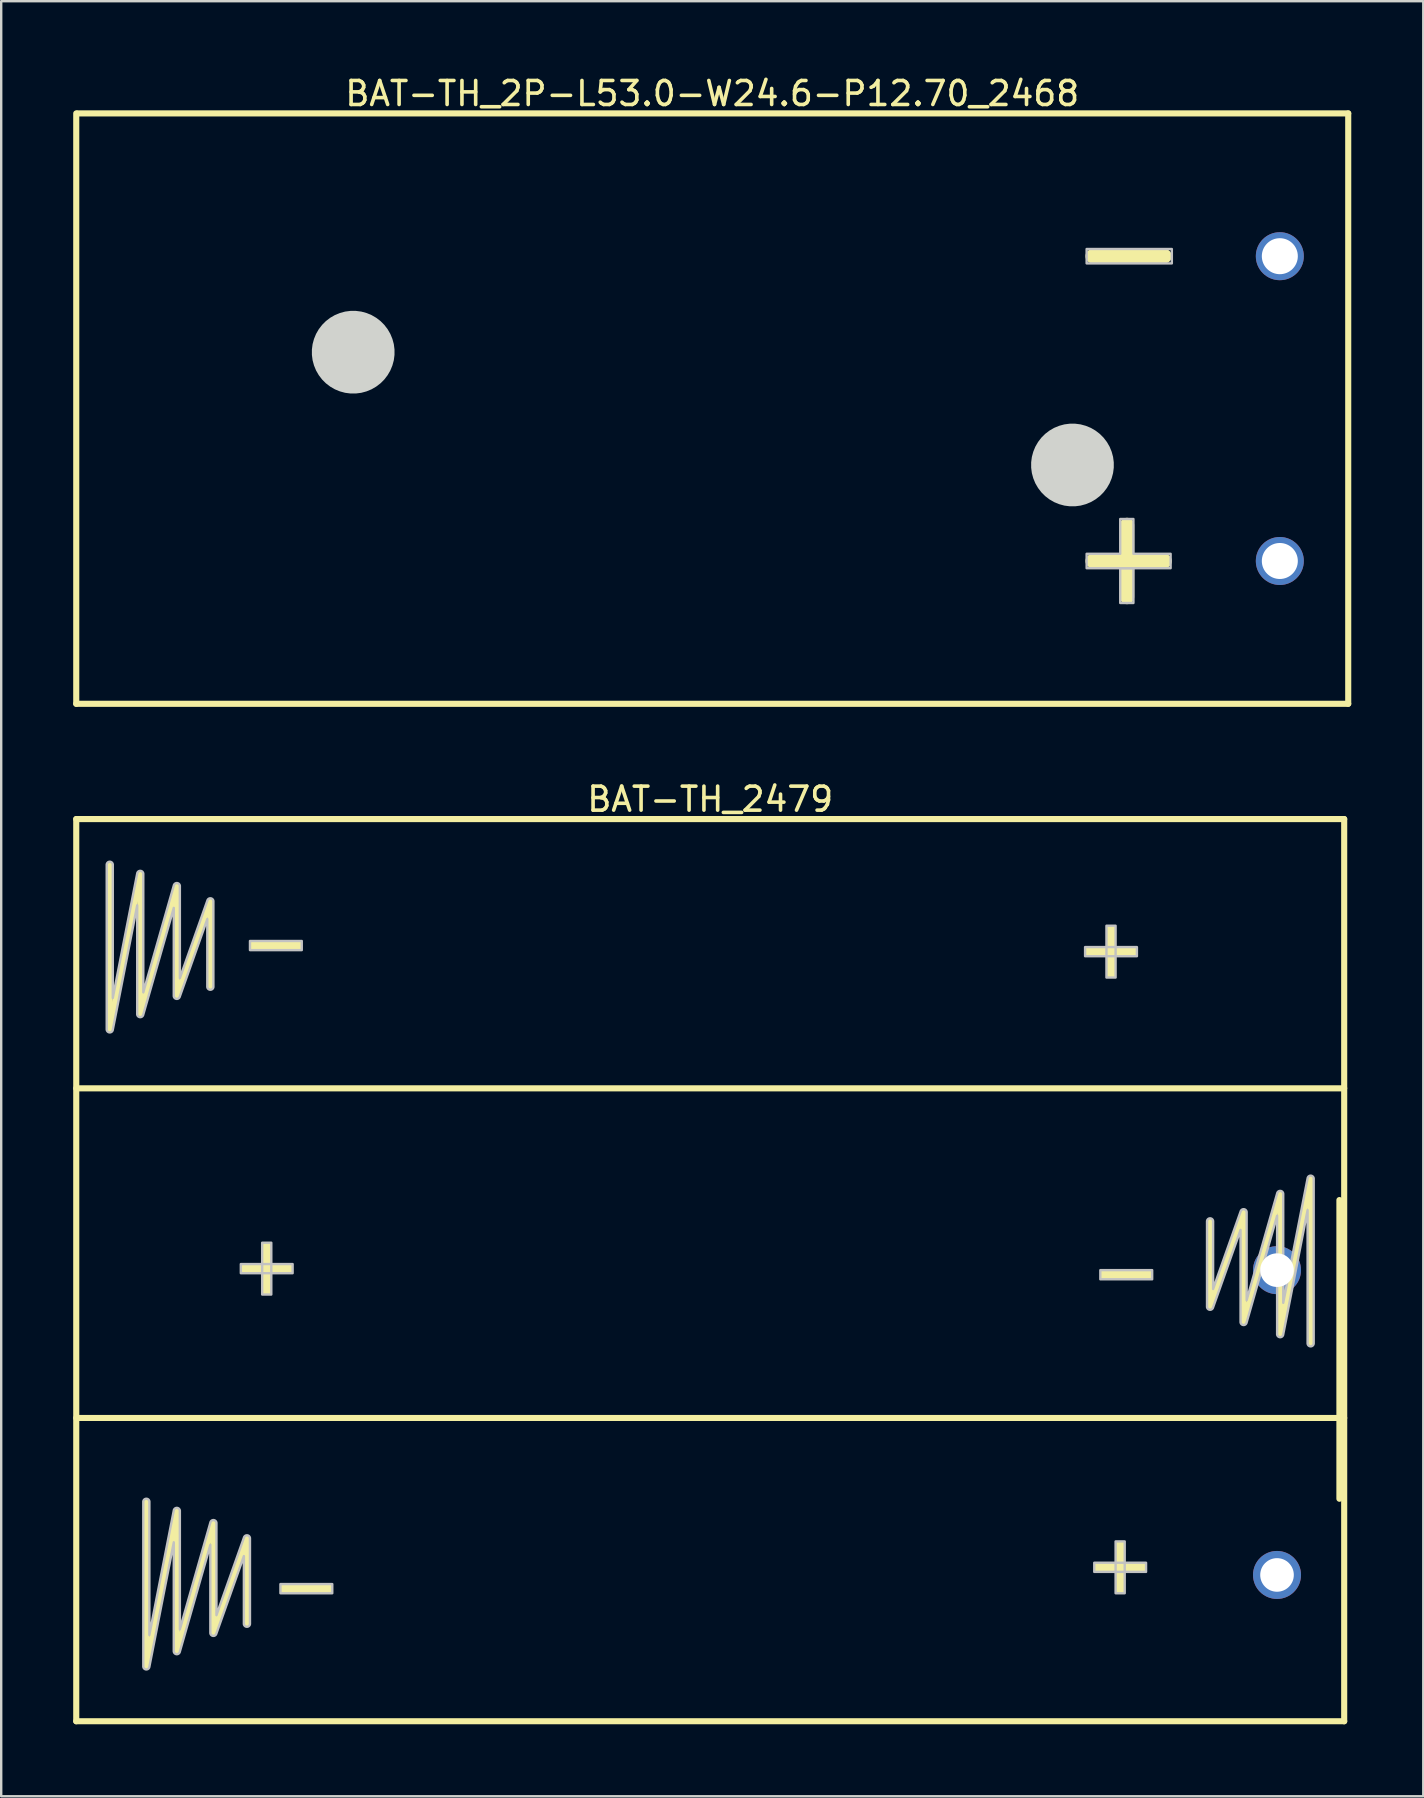
<source format=kicad_pcb>
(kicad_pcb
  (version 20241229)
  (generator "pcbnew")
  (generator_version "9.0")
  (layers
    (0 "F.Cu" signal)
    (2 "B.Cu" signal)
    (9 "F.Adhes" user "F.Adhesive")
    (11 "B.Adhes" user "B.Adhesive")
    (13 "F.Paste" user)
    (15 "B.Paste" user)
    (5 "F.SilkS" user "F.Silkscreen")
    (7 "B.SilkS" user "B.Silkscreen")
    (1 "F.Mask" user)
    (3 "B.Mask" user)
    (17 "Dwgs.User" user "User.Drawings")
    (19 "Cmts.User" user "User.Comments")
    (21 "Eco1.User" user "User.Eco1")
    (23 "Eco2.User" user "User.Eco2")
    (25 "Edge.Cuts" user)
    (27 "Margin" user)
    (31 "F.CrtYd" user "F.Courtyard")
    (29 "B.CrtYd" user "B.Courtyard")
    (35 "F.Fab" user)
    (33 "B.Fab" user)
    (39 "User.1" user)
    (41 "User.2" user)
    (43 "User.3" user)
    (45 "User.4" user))
  (footprint "BAT-TH_2479"
    (layer "F.Cu")
    (at 50.16 56.224)
    (property "Reference" "BAT-TH_2479" (at -23.617 -25.973 0) (layer "F.SilkS") (effects (font (size 1 1) (thickness 0.15))))
    (fp_line (start -50.033 -25.146) (end -50.033 12.446) (stroke (width 0.254) (type default)) (layer "F.SilkS"))
    (fp_line (start -50.033 -13.926) (end 2.799 -13.926) (stroke (width 0.254) (type default)) (layer "F.SilkS"))
    (fp_line (start -50.033 -0.191) (end 2.799 -0.191) (stroke (width 0.254) (type default)) (layer "F.SilkS"))
    (fp_line (start -50.033 12.446) (end 2.799 12.446) (stroke (width 0.254) (type default)) (layer "F.SilkS"))
    (fp_line (start -48.636 -23.241) (end -48.636 -16.383) (stroke (width 0.254) (type default)) (layer "F.SilkS"))
    (fp_line (start -48.636 -16.383) (end -47.367 -22.86) (stroke (width 0.254) (type default)) (layer "F.SilkS"))
    (fp_line (start -47.367 -22.86) (end -47.367 -17.018) (stroke (width 0.254) (type default)) (layer "F.SilkS"))
    (fp_line (start -47.367 -17.018) (end -45.843 -22.352) (stroke (width 0.254) (type default)) (layer "F.SilkS"))
    (fp_line (start -47.112 3.302) (end -47.112 10.16) (stroke (width 0.254) (type default)) (layer "F.SilkS"))
    (fp_line (start -47.112 10.16) (end -45.843 3.683) (stroke (width 0.254) (type default)) (layer "F.SilkS"))
    (fp_line (start -45.843 -22.352) (end -45.843 -17.78) (stroke (width 0.254) (type default)) (layer "F.SilkS"))
    (fp_line (start -45.843 -17.78) (end -44.446 -21.717) (stroke (width 0.254) (type default)) (layer "F.SilkS"))
    (fp_line (start -45.843 3.683) (end -45.843 9.525) (stroke (width 0.254) (type default)) (layer "F.SilkS"))
    (fp_line (start -45.843 9.525) (end -44.319 4.191) (stroke (width 0.254) (type default)) (layer "F.SilkS"))
    (fp_line (start -44.446 -21.717) (end -44.446 -18.161) (stroke (width 0.254) (type default)) (layer "F.SilkS"))
    (fp_line (start -44.319 4.191) (end -44.319 8.763) (stroke (width 0.254) (type default)) (layer "F.SilkS"))
    (fp_line (start -44.319 8.763) (end -42.922 4.826) (stroke (width 0.254) (type default)) (layer "F.SilkS"))
    (fp_line (start -42.922 4.826) (end -42.922 8.382) (stroke (width 0.254) (type default)) (layer "F.SilkS"))
    (fp_line (start -2.789 -4.826) (end -2.789 -8.382) (stroke (width 0.254) (type default)) (layer "F.SilkS"))
    (fp_line (start -1.393 -8.763) (end -2.789 -4.826) (stroke (width 0.254) (type default)) (layer "F.SilkS"))
    (fp_line (start -1.393 -4.191) (end -1.393 -8.763) (stroke (width 0.254) (type default)) (layer "F.SilkS"))
    (fp_line (start 0.132 -9.525) (end -1.393 -4.191) (stroke (width 0.254) (type default)) (layer "F.SilkS"))
    (fp_line (start 0.132 -3.683) (end 0.132 -9.525) (stroke (width 0.254) (type default)) (layer "F.SilkS"))
    (fp_line (start 1.401 -10.16) (end 0.132 -3.683) (stroke (width 0.254) (type default)) (layer "F.SilkS"))
    (fp_line (start 1.401 -3.302) (end 1.401 -10.16) (stroke (width 0.254) (type default)) (layer "F.SilkS"))
    (fp_line (start 2.6 -9.271) (end 2.6 3.175) (stroke (width 0.254) (type default)) (layer "F.SilkS"))
    (fp_line (start 2.799 -25.146) (end -50.033 -25.146) (stroke (width 0.254) (type default)) (layer "F.SilkS"))
    (fp_line (start 2.799 12.446) (end 2.799 -25.146) (stroke (width 0.254) (type default)) (layer "F.SilkS"))
    (fp_poly (pts (xy -43.175 -6.604) (xy -43.175 -6.223) (xy -41.017 -6.223) (xy -41.017 -6.604)) (stroke (width 0) (type default)) (fill yes) (layer "F.SilkS"))
    (fp_poly (pts (xy -42.794 -20.066) (xy -42.794 -19.685) (xy -40.636 -19.685) (xy -40.636 -20.066)) (stroke (width 0) (type default)) (fill yes) (layer "F.SilkS"))
    (fp_poly (pts (xy -42.286 -5.334) (xy -41.906 -5.334) (xy -41.906 -7.493) (xy -42.286 -7.493)) (stroke (width 0) (type default)) (fill yes) (layer "F.SilkS"))
    (fp_poly (pts (xy -41.525 6.731) (xy -41.525 7.112) (xy -39.365 7.112) (xy -39.365 6.731)) (stroke (width 0) (type default)) (fill yes) (layer "F.SilkS"))
    (fp_poly (pts (xy -7.997 -19.812) (xy -7.997 -19.431) (xy -5.838 -19.431) (xy -5.838 -19.812)) (stroke (width 0) (type default)) (fill yes) (layer "F.SilkS"))
    (fp_poly (pts (xy -7.615 5.842) (xy -7.615 6.223) (xy -5.457 6.223) (xy -5.457 5.842)) (stroke (width 0) (type default)) (fill yes) (layer "F.SilkS"))
    (fp_poly (pts (xy -7.362 -6.35) (xy -7.362 -5.969) (xy -5.202 -5.969) (xy -5.202 -6.35)) (stroke (width 0) (type default)) (fill yes) (layer "F.SilkS"))
    (fp_poly (pts (xy -7.107 -18.542) (xy -6.726 -18.542) (xy -6.726 -20.701) (xy -7.107 -20.701)) (stroke (width 0) (type default)) (fill yes) (layer "F.SilkS"))
    (fp_poly (pts (xy -6.726 7.112) (xy -6.346 7.112) (xy -6.346 4.953) (xy -6.726 4.953)) (stroke (width 0) (type default)) (fill yes) (layer "F.SilkS"))
    (fp_poly (pts (xy -43.175 -6.604) (xy -43.175 -6.223) (xy -41.017 -6.223) (xy -41.017 -6.604)) (stroke (width 0.1) (type default)) (fill no) (layer "Dwgs.User"))
    (fp_poly (pts (xy -42.794 -20.066) (xy -42.794 -19.685) (xy -40.636 -19.685) (xy -40.636 -20.066)) (stroke (width 0.1) (type default)) (fill no) (layer "Dwgs.User"))
    (fp_poly (pts (xy -42.286 -5.334) (xy -41.906 -5.334) (xy -41.906 -7.493) (xy -42.286 -7.493)) (stroke (width 0.1) (type default)) (fill no) (layer "Dwgs.User"))
    (fp_poly (pts (xy -41.525 6.731) (xy -41.525 7.112) (xy -39.365 7.112) (xy -39.365 6.731)) (stroke (width 0.1) (type default)) (fill no) (layer "Dwgs.User"))
    (fp_poly (pts (xy -7.997 -19.812) (xy -7.997 -19.431) (xy -5.838 -19.431) (xy -5.838 -19.812)) (stroke (width 0.1) (type default)) (fill no) (layer "Dwgs.User"))
    (fp_poly (pts (xy -7.615 5.842) (xy -7.615 6.223) (xy -5.457 6.223) (xy -5.457 5.842)) (stroke (width 0.1) (type default)) (fill no) (layer "Dwgs.User"))
    (fp_poly (pts (xy -7.362 -6.35) (xy -7.362 -5.969) (xy -5.202 -5.969) (xy -5.202 -6.35)) (stroke (width 0.1) (type default)) (fill no) (layer "Dwgs.User"))
    (fp_poly (pts (xy -7.107 -18.542) (xy -6.726 -18.542) (xy -6.726 -20.701) (xy -7.107 -20.701)) (stroke (width 0.1) (type default)) (fill no) (layer "Dwgs.User"))
    (fp_poly (pts (xy -6.726 7.112) (xy -6.346 7.112) (xy -6.346 4.953) (xy -6.726 4.953)) (stroke (width 0.1) (type default)) (fill no) (layer "Dwgs.User"))
    (fp_poly (pts (arc (start -48.7635 -23.241) (mid -48.6365 -23.368) (end -48.5095 -23.241)) (xy -48.51 -17.691) (arc (start -47.4915 -22.8845) (mid -47.354192 -22.986782) (end -47.2395 -22.86)) (xy -47.239 -17.925) (arc (start -45.965 -22.387) (mid -45.824829 -22.47817) (end -45.7155 -22.352)) (xy -45.715 -18.517) (arc (start -44.5655 -21.7595) (mid -44.423938 -21.842465) (end -44.3185 -21.717)) (arc (start -44.3185 -18.161) (mid -44.4455 -18.034) (end -44.5725 -18.161)) (xy -44.572 -20.98) (arc (start -45.723 -17.7375) (mid -45.864064 -17.655014) (end -45.9695 -17.78)) (xy -45.969 -21.445) (arc (start -47.2445 -16.983) (mid -47.384172 -16.892315) (end -47.4935 -17.018)) (xy -47.493 -21.552) (arc (start -48.512 -16.3585) (mid -48.648808 -16.256711) (end -48.7635 -16.383))) (stroke (width 0.1) (type default)) (fill no) (layer "Dwgs.User"))
    (fp_poly (pts (arc (start -47.2395 3.302) (mid -47.1125 3.175) (end -46.9855 3.302)) (xy -46.986 8.852) (arc (start -45.9675 3.6585) (mid -45.830192 3.556218) (end -45.7155 3.683)) (xy -45.715 8.618) (arc (start -44.441 4.156) (mid -44.300829 4.06483) (end -44.1915 4.191)) (xy -44.191 8.025) (arc (start -43.0415 4.7835) (mid -42.899938 4.700535) (end -42.7945 4.826)) (arc (start -42.7945 8.382) (mid -42.9215 8.509) (end -43.0485 8.382)) (xy -43.048 5.564) (arc (start -44.199 8.8055) (mid -44.340064 8.887986) (end -44.4455 8.763)) (xy -44.446 5.098) (arc (start -45.7205 9.56) (mid -45.860172 9.650685) (end -45.9695 9.525)) (xy -45.969 4.99) (arc (start -46.988 10.1845) (mid -47.124808 10.286289) (end -47.2395 10.16))) (stroke (width 0.1) (type default)) (fill no) (layer "Dwgs.User"))
    (fp_poly (pts (arc (start 1.5285 -3.302) (mid 1.4015 -3.175) (end 1.2745 -3.302)) (xy 1.274 -8.852) (arc (start 0.256 -3.6585) (mid 0.119192 -3.556711) (end 0.0045 -3.683)) (xy 0.004 -8.618) (arc (start -1.2705 -4.156) (mid -1.410172 -4.065315) (end -1.5195 -4.191)) (xy -1.52 -8.025) (arc (start -2.67 -4.7835) (mid -2.811064 -4.701014) (end -2.9165 -4.826)) (arc (start -2.9165 -8.382) (mid -2.7895 -8.509) (end -2.6625 -8.382)) (xy -2.663 -5.564) (arc (start -1.5125 -8.8055) (mid -1.370938 -8.888465) (end -1.2655 -8.763)) (xy -1.266 -5.098) (arc (start 0.009 -9.56) (mid 0.149171 -9.65117) (end 0.2585 -9.525)) (xy 0.259 -4.99) (arc (start 1.2765 -10.1845) (mid 1.413808 -10.286782) (end 1.5285 -10.16))) (stroke (width 0.1) (type default)) (fill no) (layer "Dwgs.User"))
    (fp_poly (pts (xy 0.496 -6.415) (xy 0.462 -6.541) (xy 0.397 -6.654) (xy 0.304 -6.747) (xy 0.191 -6.812) (xy 0.065 -6.846) (xy -0.065 -6.846) (xy -0.191 -6.812) (xy -0.304 -6.747) (xy -0.397 -6.654) (xy -0.462 -6.541) (xy -0.496 -6.415) (xy -0.496 -6.285) (xy -0.462 -6.159) (xy -0.397 -6.046) (xy -0.304 -5.953) (xy -0.191 -5.888) (xy -0.065 -5.854) (xy 0.065 -5.854) (xy 0.191 -5.888) (xy 0.304 -5.953) (xy 0.397 -6.046) (xy 0.462 -6.159) (xy 0.496 -6.285)) (stroke (width 0.1) (type default)) (fill no) (layer "User.1"))
    (fp_poly (pts (xy 0.496 6.285) (xy 0.462 6.159) (xy 0.397 6.046) (xy 0.304 5.953) (xy 0.191 5.888) (xy 0.065 5.854) (xy -0.065 5.854) (xy -0.191 5.888) (xy -0.304 5.953) (xy -0.397 6.046) (xy -0.462 6.159) (xy -0.496 6.285) (xy -0.496 6.415) (xy -0.462 6.541) (xy -0.397 6.654) (xy -0.304 6.747) (xy -0.191 6.812) (xy -0.065 6.846) (xy 0.065 6.846) (xy 0.191 6.812) (xy 0.304 6.747) (xy 0.397 6.654) (xy 0.462 6.541) (xy 0.496 6.415)) (stroke (width 0.1) (type default)) (fill no) (layer "User.1"))
    (fp_line (start -50.1 -25.1) (end 2.6 -25.1) (stroke (width 0.051) (type default)) (layer "User.2"))
    (fp_line (start -50.1 12.4) (end -50.1 -25.1) (stroke (width 0.051) (type default)) (layer "User.2"))
    (fp_line (start 2.6 -25.1) (end 2.6 12.4) (stroke (width 0.051) (type default)) (layer "User.2"))
    (fp_line (start 2.6 12.4) (end -50.1 12.4) (stroke (width 0.051) (type default)) (layer "User.2"))
    (fp_poly (pts (xy -49.912 12.377) (xy -49.945 12.345) (xy -49.99 12.345) (xy -50.023 12.377) (xy -50.023 12.423) (xy -49.99 12.455) (xy -49.945 12.455) (xy -49.912 12.423)) (stroke (width 0.1) (type default)) (fill no) (layer "User.3"))
    (pad "1" thru_hole circle (at 0 6.35) (size 2 2) (drill 1.4) (layers "*.Cu" "*.Mask"))
    (pad "2" thru_hole circle (at 0 -6.35) (size 2 2) (drill 1.4) (layers "*.Cu" "*.Mask")))
  (footprint "BAT-TH_2P-L53.0-W24.6-P12.70_2468"
    (layer "F.Cu")
    (at 50.277 13.975)
    (property "Reference" "BAT-TH_2P-L53.0-W24.6-P12.70_2468" (at -23.65 -13.127 0) (layer "F.SilkS") (effects (font (size 1 1) (thickness 0.15))))
    (fp_line (start -50.15 -12.3) (end -50.15 12.3) (stroke (width 0.254) (type default)) (layer "F.SilkS"))
    (fp_line (start -50.15 12.3) (end 2.85 12.3) (stroke (width 0.254) (type default)) (layer "F.SilkS"))
    (fp_line (start -7.8 -6.35) (end -4.8 -6.35) (stroke (width 0.6) (type default)) (layer "F.SilkS"))
    (fp_line (start -7.8 6.351) (end -4.8 6.351) (stroke (width 0.6) (type default)) (layer "F.SilkS"))
    (fp_line (start -6.368 7.85) (end -6.368 4.85) (stroke (width 0.6) (type default)) (layer "F.SilkS"))
    (fp_line (start 2.85 -12.3) (end -50.1 -12.3) (stroke (width 0.254) (type default)) (layer "F.SilkS"))
    (fp_line (start 2.85 12.3) (end 2.85 -12.3) (stroke (width 0.254) (type default)) (layer "F.SilkS"))
    (fp_poly (pts (xy -8.05 -6.65) (xy -8.05 -6.05) (xy -4.5 -6.05) (xy -4.5 -6.65)) (stroke (width 0.1) (type default)) (fill no) (layer "Dwgs.User"))
    (fp_poly (pts (xy -6.65 8.1) (xy -6.65 6.65) (xy -6.1 6.65) (xy -6.1 8.1)) (stroke (width 0.1) (type default)) (fill no) (layer "Dwgs.User"))
    (fp_poly (pts (xy -8.05 6.65) (xy -8.05 6.05) (xy -6.65 6.05) (xy -6.65 4.6) (xy -6.1 4.6) (xy -6.1 6.05) (xy -4.55 6.05) (xy -4.55 6.65)) (stroke (width 0.1) (type default)) (fill no) (layer "Dwgs.User"))
    (fp_poly (pts (xy -36.889 -2.463) (xy -36.918 -2.687) (xy -36.977 -2.904) (xy -37.063 -3.113) (xy -37.176 -3.308) (xy -37.313 -3.487) (xy -37.473 -3.647) (xy -37.652 -3.784) (xy -37.847 -3.897) (xy -38.056 -3.983) (xy -38.273 -4.042) (xy -38.497 -4.071) (xy -38.723 -4.071) (xy -38.947 -4.042) (xy -39.164 -3.983) (xy -39.373 -3.897) (xy -39.568 -3.784) (xy -39.747 -3.647) (xy -39.907 -3.487) (xy -40.044 -3.308) (xy -40.157 -3.113) (xy -40.243 -2.904) (xy -40.302 -2.687) (xy -40.331 -2.463) (xy -40.331 -2.237) (xy -40.302 -2.013) (xy -40.243 -1.796) (xy -40.157 -1.587) (xy -40.044 -1.392) (xy -39.907 -1.213) (xy -39.747 -1.053) (xy -39.568 -0.916) (xy -39.373 -0.803) (xy -39.164 -0.717) (xy -38.947 -0.658) (xy -38.723 -0.629) (xy -38.497 -0.629) (xy -38.273 -0.658) (xy -38.056 -0.717) (xy -37.847 -0.803) (xy -37.652 -0.916) (xy -37.473 -1.053) (xy -37.313 -1.213) (xy -37.176 -1.392) (xy -37.063 -1.587) (xy -36.977 -1.796) (xy -36.918 -2.013) (xy -36.889 -2.237)) (stroke (width 0) (type default)) (fill yes) (layer "Edge.Cuts"))
    (fp_poly (pts (xy -6.919 2.237) (xy -6.948 2.013) (xy -7.007 1.796) (xy -7.093 1.587) (xy -7.206 1.392) (xy -7.343 1.213) (xy -7.503 1.053) (xy -7.682 0.916) (xy -7.877 0.803) (xy -8.086 0.717) (xy -8.303 0.658) (xy -8.527 0.629) (xy -8.753 0.629) (xy -8.977 0.658) (xy -9.194 0.717) (xy -9.403 0.803) (xy -9.598 0.916) (xy -9.777 1.053) (xy -9.937 1.213) (xy -10.074 1.392) (xy -10.187 1.587) (xy -10.273 1.796) (xy -10.332 2.013) (xy -10.361 2.237) (xy -10.361 2.463) (xy -10.332 2.687) (xy -10.273 2.904) (xy -10.187 3.113) (xy -10.074 3.308) (xy -9.937 3.487) (xy -9.777 3.647) (xy -9.598 3.784) (xy -9.403 3.897) (xy -9.194 3.983) (xy -8.977 4.042) (xy -8.753 4.071) (xy -8.527 4.071) (xy -8.303 4.042) (xy -8.086 3.983) (xy -7.877 3.897) (xy -7.682 3.784) (xy -7.503 3.647) (xy -7.343 3.487) (xy -7.206 3.308) (xy -7.093 3.113) (xy -7.007 2.904) (xy -6.948 2.687) (xy -6.919 2.463)) (stroke (width 0) (type default)) (fill yes) (layer "Edge.Cuts"))
    (fp_poly (pts (xy 0.397 -6.402) (xy 0.37 -6.503) (xy 0.318 -6.594) (xy 0.244 -6.667) (xy 0.154 -6.72) (xy 0.053 -6.747) (xy -0.052 -6.747) (xy -0.153 -6.72) (xy -0.243 -6.667) (xy -0.317 -6.594) (xy -0.369 -6.503) (xy -0.396 -6.402) (xy -0.396 -6.298) (xy -0.369 -6.197) (xy -0.317 -6.106) (xy -0.243 -6.033) (xy -0.153 -5.98) (xy -0.052 -5.953) (xy 0.053 -5.953) (xy 0.154 -5.98) (xy 0.244 -6.033) (xy 0.318 -6.106) (xy 0.37 -6.197) (xy 0.397 -6.298)) (stroke (width 0.1) (type default)) (fill no) (layer "User.1"))
    (fp_poly (pts (xy 0.397 6.298) (xy 0.37 6.197) (xy 0.318 6.106) (xy 0.244 6.033) (xy 0.154 5.98) (xy 0.053 5.953) (xy -0.052 5.953) (xy -0.153 5.98) (xy -0.243 6.033) (xy -0.317 6.106) (xy -0.369 6.197) (xy -0.396 6.298) (xy -0.396 6.402) (xy -0.369 6.503) (xy -0.317 6.594) (xy -0.243 6.667) (xy -0.153 6.72) (xy -0.052 6.747) (xy 0.053 6.747) (xy 0.154 6.72) (xy 0.244 6.667) (xy 0.318 6.594) (xy 0.37 6.503) (xy 0.397 6.402)) (stroke (width 0.1) (type default)) (fill no) (layer "User.1"))
    (fp_line (start -50.15 -12.3) (end 2.85 -12.3) (stroke (width 0.051) (type default)) (layer "User.2"))
    (fp_line (start -50.15 12.3) (end -50.15 -12.3) (stroke (width 0.051) (type default)) (layer "User.2"))
    (fp_line (start 2.85 -12.3) (end 2.85 12.3) (stroke (width 0.051) (type default)) (layer "User.2"))
    (fp_line (start 2.85 12.3) (end -50.15 12.3) (stroke (width 0.051) (type default)) (layer "User.2"))
    (fp_poly (pts (xy -50.095 -12.323) (xy -50.127 -12.355) (xy -50.173 -12.355) (xy -50.205 -12.323) (xy -50.205 -12.277) (xy -50.173 -12.245) (xy -50.127 -12.245) (xy -50.095 -12.277)) (stroke (width 0.1) (type default)) (fill no) (layer "User.3"))
    (pad "1" thru_hole circle (at 0 -6.35) (size 2 2) (drill 1.5) (layers "*.Cu" "*.Mask"))
    (pad "2" thru_hole circle (at 0 6.35) (size 2 2) (drill 1.5) (layers "*.Cu" "*.Mask")))
  (gr_rect
    (start -3 -3)
    (end 56.254 71.796)
    (stroke (width 0.1) (type default))
    (fill no)
    (layer "Edge.Cuts")))
</source>
